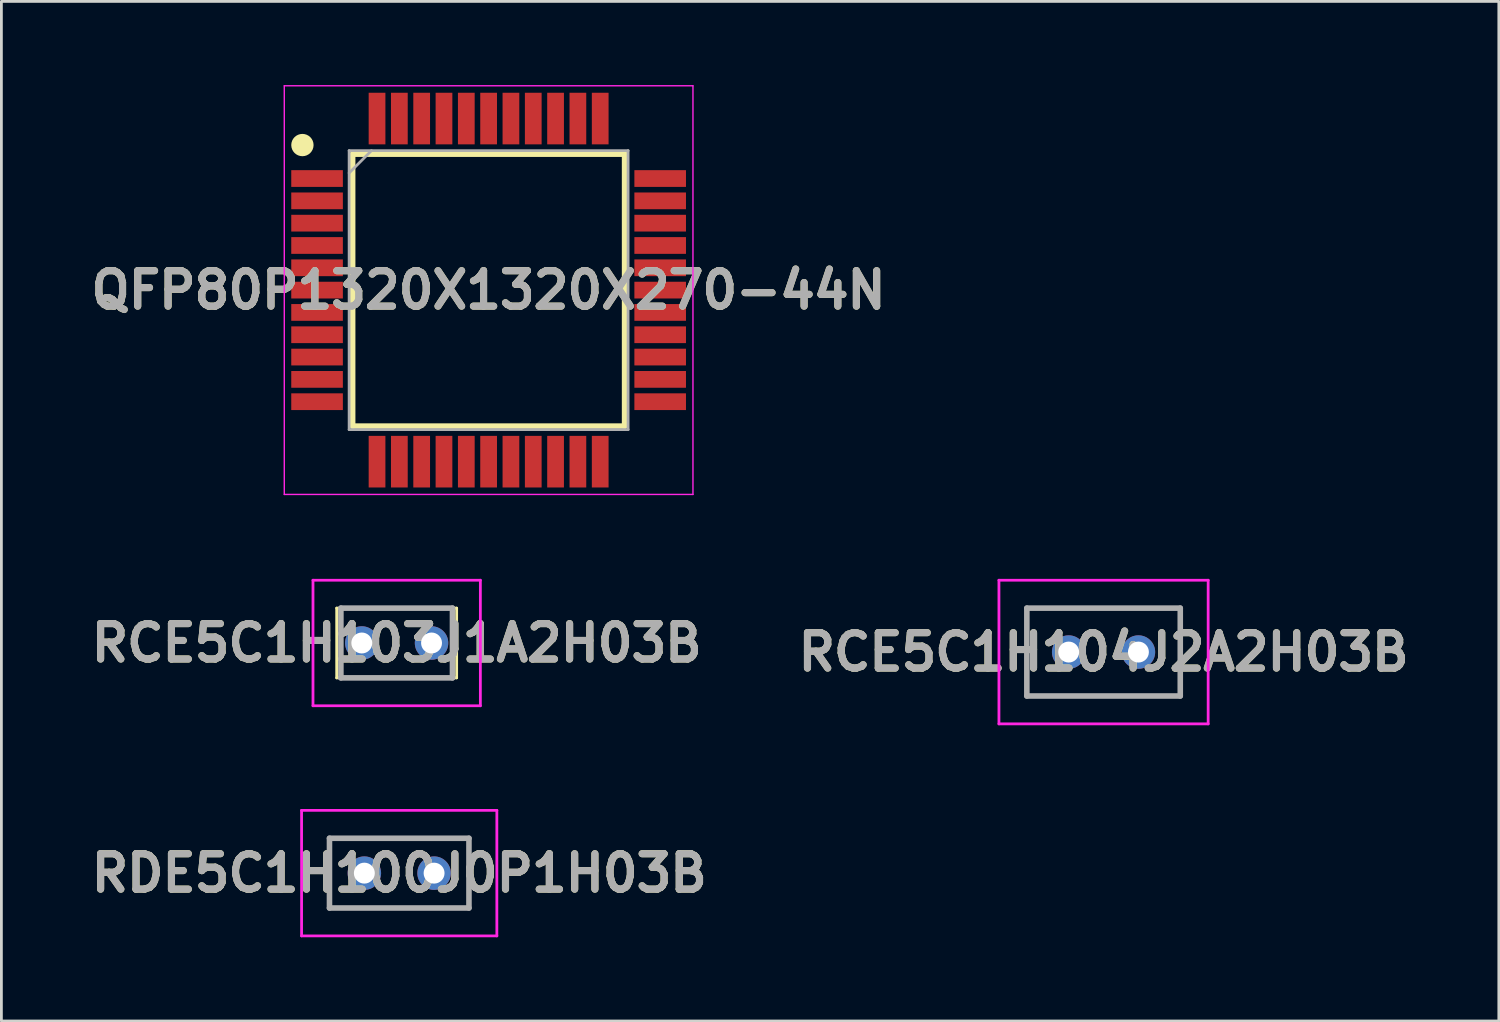
<source format=kicad_pcb>
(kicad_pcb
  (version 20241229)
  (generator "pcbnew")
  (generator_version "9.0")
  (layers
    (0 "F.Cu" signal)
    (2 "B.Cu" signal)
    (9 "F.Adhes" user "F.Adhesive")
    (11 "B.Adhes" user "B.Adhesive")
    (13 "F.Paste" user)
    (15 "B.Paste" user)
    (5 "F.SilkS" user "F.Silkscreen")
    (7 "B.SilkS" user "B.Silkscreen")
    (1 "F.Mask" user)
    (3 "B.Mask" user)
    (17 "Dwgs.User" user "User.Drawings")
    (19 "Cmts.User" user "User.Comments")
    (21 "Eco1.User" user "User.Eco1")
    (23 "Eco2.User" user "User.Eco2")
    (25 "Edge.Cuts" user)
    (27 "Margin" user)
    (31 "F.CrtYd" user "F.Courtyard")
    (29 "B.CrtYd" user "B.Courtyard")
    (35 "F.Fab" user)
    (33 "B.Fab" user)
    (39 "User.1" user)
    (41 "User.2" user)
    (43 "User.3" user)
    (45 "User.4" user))
  (footprint "QFP80P1320X1320X270-44N"
    (layer "F.Cu")
    (at 14.466 7.35)
    (property "Reference" "QFP80P1320X1320X270-44N" (at 0 0 0) (layer "F.SilkS") (effects (font (size 1.27 1.27) (thickness 0.254))))
    (attr smd)
    (fp_line (start -4.875 -4.875) (end 4.875 -4.875) (stroke (width 0.2) (type solid)) (layer "F.SilkS"))
    (fp_line (start -4.875 4.875) (end -4.875 -4.875) (stroke (width 0.2) (type solid)) (layer "F.SilkS"))
    (fp_line (start 4.875 -4.875) (end 4.875 4.875) (stroke (width 0.2) (type solid)) (layer "F.SilkS"))
    (fp_line (start 4.875 4.875) (end -4.875 4.875) (stroke (width 0.2) (type solid)) (layer "F.SilkS"))
    (fp_circle (center -6.675 -5.2) (end -6.675 -5) (stroke (width 0.4) (type solid)) (fill no) (layer "F.SilkS"))
    (fp_line (start -7.325 -7.325) (end 7.325 -7.325) (stroke (width 0.05) (type solid)) (layer "F.CrtYd"))
    (fp_line (start -7.325 7.325) (end -7.325 -7.325) (stroke (width 0.05) (type solid)) (layer "F.CrtYd"))
    (fp_line (start 7.325 -7.325) (end 7.325 7.325) (stroke (width 0.05) (type solid)) (layer "F.CrtYd"))
    (fp_line (start 7.325 7.325) (end -7.325 7.325) (stroke (width 0.05) (type solid)) (layer "F.CrtYd"))
    (fp_line (start -5 -5) (end 5 -5) (stroke (width 0.1) (type solid)) (layer "F.Fab"))
    (fp_line (start -5 -4.2) (end -4.2 -5) (stroke (width 0.1) (type solid)) (layer "F.Fab"))
    (fp_line (start -5 5) (end -5 -5) (stroke (width 0.1) (type solid)) (layer "F.Fab"))
    (fp_line (start 5 -5) (end 5 5) (stroke (width 0.1) (type solid)) (layer "F.Fab"))
    (fp_line (start 5 5) (end -5 5) (stroke (width 0.1) (type solid)) (layer "F.Fab"))
    (fp_text user "${REFERENCE}" (at 0 0 0) (layer "F.Fab") (effects (font (size 1.27 1.27) (thickness 0.254))))
    (pad "1" smd rect (at -6.15 -4 90) (size 0.6 1.85) (layers "F.Cu" "F.Mask" "F.Paste"))
    (pad "2" smd rect (at -6.15 -3.2 90) (size 0.6 1.85) (layers "F.Cu" "F.Mask" "F.Paste"))
    (pad "3" smd rect (at -6.15 -2.4 90) (size 0.6 1.85) (layers "F.Cu" "F.Mask" "F.Paste"))
    (pad "4" smd rect (at -6.15 -1.6 90) (size 0.6 1.85) (layers "F.Cu" "F.Mask" "F.Paste"))
    (pad "5" smd rect (at -6.15 -0.8 90) (size 0.6 1.85) (layers "F.Cu" "F.Mask" "F.Paste"))
    (pad "6" smd rect (at -6.15 0 90) (size 0.6 1.85) (layers "F.Cu" "F.Mask" "F.Paste"))
    (pad "7" smd rect (at -6.15 0.8 90) (size 0.6 1.85) (layers "F.Cu" "F.Mask" "F.Paste"))
    (pad "8" smd rect (at -6.15 1.6 90) (size 0.6 1.85) (layers "F.Cu" "F.Mask" "F.Paste"))
    (pad "9" smd rect (at -6.15 2.4 90) (size 0.6 1.85) (layers "F.Cu" "F.Mask" "F.Paste"))
    (pad "10" smd rect (at -6.15 3.2 90) (size 0.6 1.85) (layers "F.Cu" "F.Mask" "F.Paste"))
    (pad "11" smd rect (at -6.15 4 90) (size 0.6 1.85) (layers "F.Cu" "F.Mask" "F.Paste"))
    (pad "12" smd rect (at -4 6.15) (size 0.6 1.85) (layers "F.Cu" "F.Mask" "F.Paste"))
    (pad "13" smd rect (at -3.2 6.15) (size 0.6 1.85) (layers "F.Cu" "F.Mask" "F.Paste"))
    (pad "14" smd rect (at -2.4 6.15) (size 0.6 1.85) (layers "F.Cu" "F.Mask" "F.Paste"))
    (pad "15" smd rect (at -1.6 6.15) (size 0.6 1.85) (layers "F.Cu" "F.Mask" "F.Paste"))
    (pad "16" smd rect (at -0.8 6.15) (size 0.6 1.85) (layers "F.Cu" "F.Mask" "F.Paste"))
    (pad "17" smd rect (at 0 6.15) (size 0.6 1.85) (layers "F.Cu" "F.Mask" "F.Paste"))
    (pad "18" smd rect (at 0.8 6.15) (size 0.6 1.85) (layers "F.Cu" "F.Mask" "F.Paste"))
    (pad "19" smd rect (at 1.6 6.15) (size 0.6 1.85) (layers "F.Cu" "F.Mask" "F.Paste"))
    (pad "20" smd rect (at 2.4 6.15) (size 0.6 1.85) (layers "F.Cu" "F.Mask" "F.Paste"))
    (pad "21" smd rect (at 3.2 6.15) (size 0.6 1.85) (layers "F.Cu" "F.Mask" "F.Paste"))
    (pad "22" smd rect (at 4 6.15) (size 0.6 1.85) (layers "F.Cu" "F.Mask" "F.Paste"))
    (pad "23" smd rect (at 6.15 4 90) (size 0.6 1.85) (layers "F.Cu" "F.Mask" "F.Paste"))
    (pad "24" smd rect (at 6.15 3.2 90) (size 0.6 1.85) (layers "F.Cu" "F.Mask" "F.Paste"))
    (pad "25" smd rect (at 6.15 2.4 90) (size 0.6 1.85) (layers "F.Cu" "F.Mask" "F.Paste"))
    (pad "26" smd rect (at 6.15 1.6 90) (size 0.6 1.85) (layers "F.Cu" "F.Mask" "F.Paste"))
    (pad "27" smd rect (at 6.15 0.8 90) (size 0.6 1.85) (layers "F.Cu" "F.Mask" "F.Paste"))
    (pad "28" smd rect (at 6.15 0 90) (size 0.6 1.85) (layers "F.Cu" "F.Mask" "F.Paste"))
    (pad "29" smd rect (at 6.15 -0.8 90) (size 0.6 1.85) (layers "F.Cu" "F.Mask" "F.Paste"))
    (pad "30" smd rect (at 6.15 -1.6 90) (size 0.6 1.85) (layers "F.Cu" "F.Mask" "F.Paste"))
    (pad "31" smd rect (at 6.15 -2.4 90) (size 0.6 1.85) (layers "F.Cu" "F.Mask" "F.Paste"))
    (pad "32" smd rect (at 6.15 -3.2 90) (size 0.6 1.85) (layers "F.Cu" "F.Mask" "F.Paste"))
    (pad "33" smd rect (at 6.15 -4 90) (size 0.6 1.85) (layers "F.Cu" "F.Mask" "F.Paste"))
    (pad "34" smd rect (at 4 -6.15) (size 0.6 1.85) (layers "F.Cu" "F.Mask" "F.Paste"))
    (pad "35" smd rect (at 3.2 -6.15) (size 0.6 1.85) (layers "F.Cu" "F.Mask" "F.Paste"))
    (pad "36" smd rect (at 2.4 -6.15) (size 0.6 1.85) (layers "F.Cu" "F.Mask" "F.Paste"))
    (pad "37" smd rect (at 1.6 -6.15) (size 0.6 1.85) (layers "F.Cu" "F.Mask" "F.Paste"))
    (pad "38" smd rect (at 0.8 -6.15) (size 0.6 1.85) (layers "F.Cu" "F.Mask" "F.Paste"))
    (pad "39" smd rect (at 0 -6.15) (size 0.6 1.85) (layers "F.Cu" "F.Mask" "F.Paste"))
    (pad "40" smd rect (at -0.8 -6.15) (size 0.6 1.85) (layers "F.Cu" "F.Mask" "F.Paste"))
    (pad "41" smd rect (at -1.6 -6.15) (size 0.6 1.85) (layers "F.Cu" "F.Mask" "F.Paste"))
    (pad "42" smd rect (at -2.4 -6.15) (size 0.6 1.85) (layers "F.Cu" "F.Mask" "F.Paste"))
    (pad "43" smd rect (at -3.2 -6.15) (size 0.6 1.85) (layers "F.Cu" "F.Mask" "F.Paste"))
    (pad "44" smd rect (at -4 -6.15) (size 0.6 1.85) (layers "F.Cu" "F.Mask" "F.Paste")))
  (footprint "RDE5C1H100J0P1H03B"
    (layer "F.Cu")
    (at 10.011 28.25)
    (property "Reference" "RDE5C1H100J0P1H03B" (at 1.25 0 0) (layer "F.SilkS") (effects (font (size 1.27 1.27) (thickness 0.254))))
    (attr through_hole)
    (fp_line (start -1.25 -1.25) (end 3.75 -1.25) (stroke (width 0.1) (type solid)) (layer "F.SilkS"))
    (fp_line (start -1.25 1.25) (end -1.25 -1.25) (stroke (width 0.1) (type solid)) (layer "F.SilkS"))
    (fp_line (start 3.75 -1.25) (end 3.75 1.25) (stroke (width 0.1) (type solid)) (layer "F.SilkS"))
    (fp_line (start 3.75 1.25) (end -1.25 1.25) (stroke (width 0.1) (type solid)) (layer "F.SilkS"))
    (fp_line (start -2.25 -2.25) (end 4.75 -2.25) (stroke (width 0.1) (type solid)) (layer "F.CrtYd"))
    (fp_line (start -2.25 2.25) (end -2.25 -2.25) (stroke (width 0.1) (type solid)) (layer "F.CrtYd"))
    (fp_line (start 4.75 -2.25) (end 4.75 2.25) (stroke (width 0.1) (type solid)) (layer "F.CrtYd"))
    (fp_line (start 4.75 2.25) (end -2.25 2.25) (stroke (width 0.1) (type solid)) (layer "F.CrtYd"))
    (fp_line (start -1.25 -1.25) (end 3.75 -1.25) (stroke (width 0.2) (type solid)) (layer "F.Fab"))
    (fp_line (start -1.25 1.25) (end -1.25 -1.25) (stroke (width 0.2) (type solid)) (layer "F.Fab"))
    (fp_line (start 3.75 -1.25) (end 3.75 1.25) (stroke (width 0.2) (type solid)) (layer "F.Fab"))
    (fp_line (start 3.75 1.25) (end -1.25 1.25) (stroke (width 0.2) (type solid)) (layer "F.Fab"))
    (fp_text user "${REFERENCE}" (at 1.25 0 0) (layer "F.Fab") (effects (font (size 1.27 1.27) (thickness 0.254))))
    (pad "1" thru_hole circle (at 0 0) (size 1.2 1.2) (drill 0.75) (layers "*.Cu" "*.Mask"))
    (pad "2" thru_hole circle (at 2.5 0) (size 1.2 1.2) (drill 0.75) (layers "*.Cu" "*.Mask")))
  (footprint "RCE5C1H103J1A2H03B"
    (layer "F.Cu")
    (at 9.92 20)
    (property "Reference" "RCE5C1H103J1A2H03B" (at 1.25 0 0) (layer "F.SilkS") (effects (font (size 1.27 1.27) (thickness 0.254))))
    (attr through_hole)
    (fp_line (start -0.9 -1.25) (end 3.4 -1.25) (stroke (width 0.1) (type solid)) (layer "F.SilkS"))
    (fp_line (start -0.9 1.25) (end -0.9 -1.25) (stroke (width 0.1) (type solid)) (layer "F.SilkS"))
    (fp_line (start 3.4 -1.25) (end 3.4 1.25) (stroke (width 0.1) (type solid)) (layer "F.SilkS"))
    (fp_line (start 3.4 1.25) (end -0.9 1.25) (stroke (width 0.1) (type solid)) (layer "F.SilkS"))
    (fp_line (start -1.75 -2.25) (end 4.25 -2.25) (stroke (width 0.1) (type solid)) (layer "F.CrtYd"))
    (fp_line (start -1.75 2.25) (end -1.75 -2.25) (stroke (width 0.1) (type solid)) (layer "F.CrtYd"))
    (fp_line (start 4.25 -2.25) (end 4.25 2.25) (stroke (width 0.1) (type solid)) (layer "F.CrtYd"))
    (fp_line (start 4.25 2.25) (end -1.75 2.25) (stroke (width 0.1) (type solid)) (layer "F.CrtYd"))
    (fp_line (start -0.75 -1.25) (end 3.25 -1.25) (stroke (width 0.2) (type solid)) (layer "F.Fab"))
    (fp_line (start -0.75 1.25) (end -0.75 -1.25) (stroke (width 0.2) (type solid)) (layer "F.Fab"))
    (fp_line (start 3.25 -1.25) (end 3.25 1.25) (stroke (width 0.2) (type solid)) (layer "F.Fab"))
    (fp_line (start 3.25 1.25) (end -0.75 1.25) (stroke (width 0.2) (type solid)) (layer "F.Fab"))
    (fp_text user "${REFERENCE}" (at 1.25 0 0) (layer "F.Fab") (effects (font (size 1.27 1.27) (thickness 0.254))))
    (pad "1" thru_hole circle (at 0 0) (size 1.2 1.2) (drill 0.75) (layers "*.Cu" "*.Mask"))
    (pad "2" thru_hole circle (at 2.5 0) (size 1.2 1.2) (drill 0.75) (layers "*.Cu" "*.Mask")))
  (footprint "RCE5C1H104J2A2H03B"
    (layer "F.Cu")
    (at 35.26 20.325)
    (property "Reference" "RCE5C1H104J2A2H03B" (at 1.25 0 0) (layer "F.SilkS") (effects (font (size 1.27 1.27) (thickness 0.254))))
    (attr through_hole)
    (fp_line (start -1.5 -1.575) (end 4 -1.575) (stroke (width 0.1) (type solid)) (layer "F.SilkS"))
    (fp_line (start -1.5 1.575) (end -1.5 -1.575) (stroke (width 0.1) (type solid)) (layer "F.SilkS"))
    (fp_line (start 4 -1.575) (end 4 1.575) (stroke (width 0.1) (type solid)) (layer "F.SilkS"))
    (fp_line (start 4 1.575) (end -1.5 1.575) (stroke (width 0.1) (type solid)) (layer "F.SilkS"))
    (fp_line (start -2.5 -2.575) (end 5 -2.575) (stroke (width 0.1) (type solid)) (layer "F.CrtYd"))
    (fp_line (start -2.5 2.575) (end -2.5 -2.575) (stroke (width 0.1) (type solid)) (layer "F.CrtYd"))
    (fp_line (start 5 -2.575) (end 5 2.575) (stroke (width 0.1) (type solid)) (layer "F.CrtYd"))
    (fp_line (start 5 2.575) (end -2.5 2.575) (stroke (width 0.1) (type solid)) (layer "F.CrtYd"))
    (fp_line (start -1.5 -1.575) (end 4 -1.575) (stroke (width 0.2) (type solid)) (layer "F.Fab"))
    (fp_line (start -1.5 1.575) (end -1.5 -1.575) (stroke (width 0.2) (type solid)) (layer "F.Fab"))
    (fp_line (start 4 -1.575) (end 4 1.575) (stroke (width 0.2) (type solid)) (layer "F.Fab"))
    (fp_line (start 4 1.575) (end -1.5 1.575) (stroke (width 0.2) (type solid)) (layer "F.Fab"))
    (fp_text user "${REFERENCE}" (at 1.25 0 0) (layer "F.Fab") (effects (font (size 1.27 1.27) (thickness 0.254))))
    (pad "1" thru_hole circle (at 0 0) (size 1.2 1.2) (drill 0.75) (layers "*.Cu" "*.Mask"))
    (pad "2" thru_hole circle (at 2.5 0) (size 1.2 1.2) (drill 0.75) (layers "*.Cu" "*.Mask")))
  (gr_rect
    (start -3 -3)
    (end 50.68 33.55)
    (stroke (width 0.1) (type default))
    (fill no)
    (layer "Edge.Cuts")))
</source>
